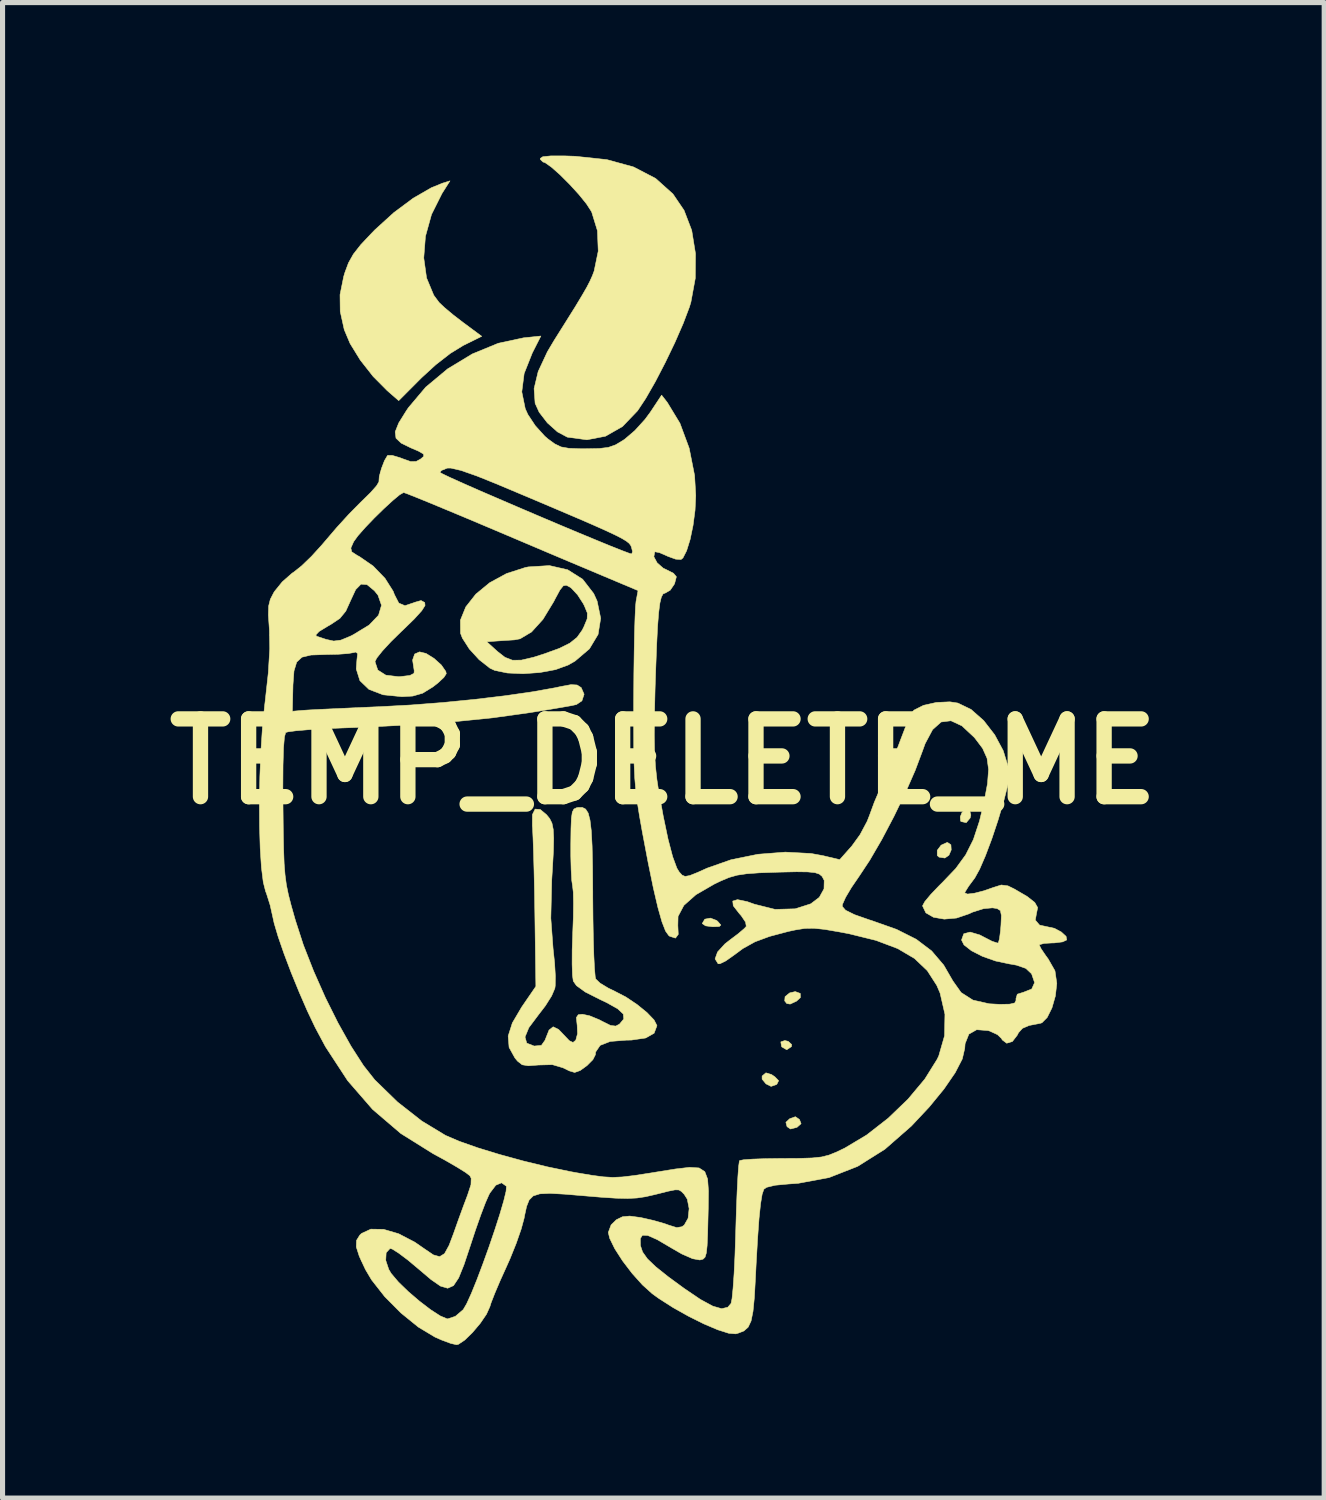
<source format=kicad_pcb>
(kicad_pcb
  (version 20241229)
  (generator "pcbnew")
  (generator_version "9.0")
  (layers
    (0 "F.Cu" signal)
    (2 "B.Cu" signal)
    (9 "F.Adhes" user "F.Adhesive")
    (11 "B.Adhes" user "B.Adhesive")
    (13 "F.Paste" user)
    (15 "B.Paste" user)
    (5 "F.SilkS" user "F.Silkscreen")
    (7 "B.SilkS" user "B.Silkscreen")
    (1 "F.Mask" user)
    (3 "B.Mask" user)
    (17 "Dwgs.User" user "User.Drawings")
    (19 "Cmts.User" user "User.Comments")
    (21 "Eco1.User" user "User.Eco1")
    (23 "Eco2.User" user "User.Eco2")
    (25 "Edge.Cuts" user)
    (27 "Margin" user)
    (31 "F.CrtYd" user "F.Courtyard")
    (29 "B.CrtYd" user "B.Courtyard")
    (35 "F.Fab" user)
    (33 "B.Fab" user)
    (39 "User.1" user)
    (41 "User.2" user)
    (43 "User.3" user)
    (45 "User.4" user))
  (footprint "TEMP_DELETE_ME"
    (layer "F.Cu")
    (at 9.95 11.872)
    (property "Reference" "TEMP_DELETE_ME" (at 0 0 0) (layer "F.SilkS") (effects (font (size 1.524 1.524) (thickness 0.3))))
    (attr through_hole)
    (fp_poly (pts (xy 2.446 5.484) (xy 2.514 5.547) (xy 2.509 5.588) (xy 2.417 5.649) (xy 2.323 5.595) (xy 2.315 5.584) (xy 2.301 5.495) (xy 2.379 5.468) (xy 2.446 5.484)) (stroke (width 0.01) (type solid)) (fill yes) (layer "F.SilkS"))
    (fp_poly (pts (xy 2.666 7.015) (xy 2.698 7.097) (xy 2.62 7.167) (xy 2.614 7.17) (xy 2.491 7.202) (xy 2.423 7.156) (xy 2.4 7.071) (xy 2.474 7.001) (xy 2.586 6.961) (xy 2.666 7.015)) (stroke (width 0.01) (type solid)) (fill yes) (layer "F.SilkS"))
    (fp_poly (pts (xy 2.682 4.545) (xy 2.685 4.626) (xy 2.609 4.696) (xy 2.484 4.754) (xy 2.417 4.743) (xy 2.377 4.692) (xy 2.384 4.608) (xy 2.474 4.535) (xy 2.584 4.509) (xy 2.682 4.545)) (stroke (width 0.01) (type solid)) (fill yes) (layer "F.SilkS"))
    (fp_poly (pts (xy 6 0.954) (xy 6.025 1.049) (xy 6.011 1.107) (xy 5.934 1.199) (xy 5.834 1.177) (xy 5.823 1.166) (xy 5.817 1.086) (xy 5.85 1.001) (xy 5.929 0.929) (xy 6 0.954)) (stroke (width 0.01) (type solid)) (fill yes) (layer "F.SilkS"))
    (fp_poly (pts (xy 1.043 3.115) (xy 1.066 3.135) (xy 1.126 3.205) (xy 1.094 3.234) (xy 0.966 3.239) (xy 0.827 3.221) (xy 0.762 3.177) (xy 0.762 3.173) (xy 0.811 3.09) (xy 0.922 3.069) (xy 1.043 3.115)) (stroke (width 0.01) (type solid)) (fill yes) (layer "F.SilkS"))
    (fp_poly (pts (xy 2.118 6.134) (xy 2.184 6.179) (xy 2.258 6.255) (xy 2.225 6.321) (xy 2.212 6.332) (xy 2.11 6.367) (xy 2.01 6.317) (xy 1.934 6.225) (xy 1.934 6.164) (xy 2.009 6.101) (xy 2.118 6.134)) (stroke (width 0.01) (type solid)) (fill yes) (layer "F.SilkS"))
    (fp_poly (pts (xy 5.634 1.632) (xy 5.64 1.733) (xy 5.595 1.837) (xy 5.515 1.892) (xy 5.401 1.874) (xy 5.366 1.842) (xy 5.366 1.741) (xy 5.442 1.64) (xy 5.556 1.588) (xy 5.568 1.587) (xy 5.634 1.632)) (stroke (width 0.01) (type solid)) (fill yes) (layer "F.SilkS"))
    (fp_poly (pts (xy -4.339 -11.13) (xy -4.544 -10.72) (xy -4.663 -10.291) (xy -4.696 -9.868) (xy -4.641 -9.475) (xy -4.5 -9.136) (xy -4.395 -8.994) (xy -4.289 -8.894) (xy -4.118 -8.751) (xy -3.923 -8.601) (xy -3.56 -8.332) (xy -3.923 -8.152) (xy -4.174 -7.998) (xy -4.462 -7.774) (xy -4.737 -7.522) (xy -5.187 -7.071) (xy -5.411 -7.266) (xy -5.688 -7.545) (xy -5.94 -7.866) (xy -6.14 -8.191) (xy -6.254 -8.461) (xy -6.333 -8.819) (xy -6.337 -9.147) (xy -6.265 -9.503) (xy -6.241 -9.583) (xy -6.171 -9.771) (xy -6.075 -9.942) (xy -5.93 -10.127) (xy -5.714 -10.356) (xy -5.654 -10.418) (xy -5.282 -10.756) (xy -4.903 -11.038) (xy -4.546 -11.244) (xy -4.33 -11.332) (xy -4.182 -11.378) (xy -4.339 -11.13)) (stroke (width 0.01) (type solid)) (fill yes) (layer "F.SilkS"))
    (fp_poly (pts (xy -1.73 -11.86) (xy -1.108 -11.794) (xy -0.584 -11.65) (xy -0.153 -11.426) (xy 0.187 -11.121) (xy 0.405 -10.8) (xy 0.555 -10.408) (xy 0.629 -9.951) (xy 0.625 -9.47) (xy 0.539 -9.002) (xy 0.51 -8.906) (xy 0.389 -8.586) (xy 0.226 -8.212) (xy 0.037 -7.819) (xy -0.159 -7.441) (xy -0.347 -7.113) (xy -0.506 -6.873) (xy -0.802 -6.564) (xy -1.135 -6.374) (xy -1.499 -6.304) (xy -1.883 -6.356) (xy -2.076 -6.459) (xy -2.274 -6.636) (xy -2.435 -6.845) (xy -2.514 -7.019) (xy -2.534 -7.307) (xy -2.454 -7.641) (xy -2.273 -8.03) (xy -2.141 -8.252) (xy -1.904 -8.629) (xy -1.725 -8.915) (xy -1.595 -9.131) (xy -1.502 -9.292) (xy -1.438 -9.416) (xy -1.391 -9.521) (xy -1.357 -9.612) (xy -1.277 -10.001) (xy -1.293 -10.402) (xy -1.405 -10.766) (xy -1.413 -10.781) (xy -1.508 -10.928) (xy -1.657 -11.112) (xy -1.838 -11.31) (xy -2.024 -11.496) (xy -2.192 -11.645) (xy -2.318 -11.734) (xy -2.36 -11.748) (xy -2.411 -11.797) (xy -2.413 -11.818) (xy -2.363 -11.851) (xy -2.207 -11.867) (xy -1.937 -11.867) (xy -1.73 -11.86)) (stroke (width 0.01) (type solid)) (fill yes) (layer "F.SilkS"))
    (fp_poly (pts (xy -1.876 -3.757) (xy -1.583 -3.572) (xy -1.366 -3.291) (xy -1.299 -3.144) (xy -1.229 -2.806) (xy -1.28 -2.49) (xy -1.45 -2.207) (xy -1.732 -1.967) (xy -1.865 -1.891) (xy -2.114 -1.8) (xy -2.423 -1.743) (xy -2.751 -1.72) (xy -3.058 -1.734) (xy -3.306 -1.785) (xy -3.4 -1.829) (xy -3.612 -1.996) (xy -3.803 -2.205) (xy -3.893 -2.346) (xy -3.461 -2.346) (xy -3.253 -2.157) (xy -3.106 -2.042) (xy -2.96 -1.985) (xy -2.785 -1.986) (xy -2.547 -2.042) (xy -2.346 -2.106) (xy -2.041 -2.216) (xy -1.833 -2.319) (xy -1.692 -2.432) (xy -1.591 -2.574) (xy -1.557 -2.642) (xy -1.494 -2.795) (xy -1.49 -2.908) (xy -1.548 -3.049) (xy -1.57 -3.093) (xy -1.682 -3.266) (xy -1.804 -3.397) (xy -1.825 -3.413) (xy -1.902 -3.454) (xy -1.962 -3.443) (xy -2.028 -3.36) (xy -2.122 -3.186) (xy -2.149 -3.133) (xy -2.361 -2.784) (xy -2.584 -2.538) (xy -2.809 -2.404) (xy -2.919 -2.383) (xy -3.127 -2.37) (xy -3.286 -2.359) (xy -3.461 -2.346) (xy -3.893 -2.346) (xy -3.938 -2.415) (xy -3.976 -2.513) (xy -3.978 -2.769) (xy -3.872 -3.03) (xy -3.675 -3.28) (xy -3.403 -3.504) (xy -3.074 -3.683) (xy -2.704 -3.802) (xy -2.647 -3.813) (xy -2.234 -3.839) (xy -1.876 -3.757)) (stroke (width 0.01) (type solid)) (fill yes) (layer "F.SilkS"))
    (fp_poly (pts (xy -1.524 0.933) (xy -1.474 1.011) (xy -1.438 1.15) (xy -1.413 1.36) (xy -1.397 1.657) (xy -1.388 2.052) (xy -1.384 2.558) (xy -1.384 2.654) (xy -1.38 3.083) (xy -1.373 3.474) (xy -1.363 3.806) (xy -1.35 4.061) (xy -1.336 4.22) (xy -1.327 4.261) (xy -1.242 4.343) (xy -1.08 4.441) (xy -0.952 4.503) (xy -0.734 4.616) (xy -0.515 4.763) (xy -0.322 4.92) (xy -0.183 5.065) (xy -0.127 5.174) (xy -0.127 5.178) (xy -0.182 5.325) (xy -0.347 5.418) (xy -0.626 5.459) (xy -0.73 5.461) (xy -1.042 5.486) (xy -1.24 5.563) (xy -1.328 5.693) (xy -1.333 5.747) (xy -1.382 5.843) (xy -1.497 5.959) (xy -1.631 6.056) (xy -1.739 6.094) (xy -1.843 6.063) (xy -1.968 6.002) (xy -2.175 5.941) (xy -2.45 5.948) (xy -2.648 5.963) (xy -2.768 5.943) (xy -2.858 5.872) (xy -2.91 5.809) (xy -3.024 5.603) (xy -3.042 5.38) (xy -2.96 5.123) (xy -2.777 4.812) (xy -2.774 4.808) (xy -2.499 4.407) (xy -2.519 2.981) (xy -2.526 2.549) (xy -2.535 2.141) (xy -2.545 1.782) (xy -2.555 1.495) (xy -2.564 1.303) (xy -2.568 1.26) (xy -2.567 1.041) (xy -2.514 0.933) (xy -2.414 0.94) (xy -2.291 1.042) (xy -2.228 1.12) (xy -2.184 1.208) (xy -2.159 1.33) (xy -2.15 1.504) (xy -2.155 1.752) (xy -2.174 2.095) (xy -2.188 2.318) (xy -2.206 3.071) (xy -2.162 3.666) (xy -2.132 3.949) (xy -2.117 4.206) (xy -2.12 4.395) (xy -2.127 4.445) (xy -2.19 4.593) (xy -2.313 4.788) (xy -2.452 4.969) (xy -2.637 5.216) (xy -2.712 5.399) (xy -2.678 5.519) (xy -2.536 5.575) (xy -2.53 5.576) (xy -2.391 5.563) (xy -2.32 5.463) (xy -2.315 5.449) (xy -2.241 5.263) (xy -2.16 5.199) (xy -2.054 5.251) (xy -1.961 5.348) (xy -1.843 5.472) (xy -1.771 5.506) (xy -1.718 5.462) (xy -1.717 5.461) (xy -1.683 5.335) (xy -1.69 5.163) (xy -1.691 5.159) (xy -1.706 5.018) (xy -1.668 4.962) (xy -1.587 4.953) (xy -1.444 4.984) (xy -1.259 5.06) (xy -1.202 5.09) (xy -1.037 5.172) (xy -0.934 5.185) (xy -0.86 5.146) (xy -0.777 5.046) (xy -0.786 4.949) (xy -0.897 4.845) (xy -1.118 4.722) (xy -1.239 4.665) (xy -1.53 4.518) (xy -1.704 4.392) (xy -1.766 4.303) (xy -1.782 4.186) (xy -1.789 3.972) (xy -1.788 3.692) (xy -1.777 3.375) (xy -1.777 3.365) (xy -1.765 3.05) (xy -1.762 2.772) (xy -1.766 2.561) (xy -1.779 2.447) (xy -1.779 2.445) (xy -1.796 2.331) (xy -1.808 2.123) (xy -1.815 1.852) (xy -1.815 1.619) (xy -1.811 1.314) (xy -1.803 1.112) (xy -1.785 0.992) (xy -1.753 0.931) (xy -1.703 0.907) (xy -1.671 0.901) (xy -1.589 0.9) (xy -1.524 0.933)) (stroke (width 0.01) (type solid)) (fill yes) (layer "F.SilkS"))
    (fp_poly (pts (xy -2.569 -8.006) (xy -2.729 -7.603) (xy -2.775 -7.243) (xy -2.707 -6.912) (xy -2.655 -6.798) (xy -2.51 -6.579) (xy -2.324 -6.374) (xy -2.264 -6.322) (xy -2.128 -6.223) (xy -2.005 -6.164) (xy -1.852 -6.137) (xy -1.627 -6.128) (xy -1.523 -6.128) (xy -1.26 -6.133) (xy -1.079 -6.155) (xy -0.937 -6.205) (xy -0.789 -6.294) (xy -0.752 -6.32) (xy -0.559 -6.485) (xy -0.362 -6.702) (xy -0.256 -6.845) (xy -0.035 -7.179) (xy 0.077 -7.035) (xy 0.324 -6.628) (xy 0.505 -6.14) (xy 0.611 -5.605) (xy 0.634 -5.211) (xy 0.62 -4.922) (xy 0.581 -4.626) (xy 0.524 -4.352) (xy 0.455 -4.13) (xy 0.383 -3.989) (xy 0.345 -3.958) (xy 0.239 -3.965) (xy 0.085 -4.021) (xy 0.063 -4.032) (xy -0.078 -4.093) (xy -0.164 -4.109) (xy -0.17 -4.105) (xy -0.187 -4.012) (xy -0.123 -3.893) (xy -0.005 -3.789) (xy 0.066 -3.755) (xy 0.197 -3.689) (xy 0.254 -3.621) (xy 0.254 -3.619) (xy 0.218 -3.481) (xy 0.134 -3.357) (xy 0.039 -3.302) (xy 0.037 -3.302) (xy -0.006 -3.284) (xy -0.04 -3.222) (xy -0.069 -3.104) (xy -0.093 -2.916) (xy -0.114 -2.647) (xy -0.132 -2.285) (xy -0.15 -1.816) (xy -0.163 -1.429) (xy -0.175 -0.92) (xy -0.179 -0.513) (xy -0.173 -0.181) (xy -0.155 0.1) (xy -0.127 0.356) (xy -0.104 0.508) (xy -0.004 1.068) (xy 0.091 1.522) (xy 0.181 1.865) (xy 0.264 2.09) (xy 0.309 2.164) (xy 0.366 2.227) (xy 0.425 2.252) (xy 0.518 2.235) (xy 0.673 2.173) (xy 0.857 2.09) (xy 1.327 1.925) (xy 1.853 1.818) (xy 2.39 1.776) (xy 2.894 1.803) (xy 3.129 1.846) (xy 3.455 1.924) (xy 3.692 1.657) (xy 3.854 1.433) (xy 3.993 1.172) (xy 4.037 1.06) (xy 4.134 0.796) (xy 4.252 0.521) (xy 4.297 0.428) (xy 4.391 0.222) (xy 4.505 -0.052) (xy 4.617 -0.343) (xy 4.642 -0.41) (xy 4.736 -0.656) (xy 4.824 -0.857) (xy 4.891 -0.983) (xy 4.91 -1.006) (xy 5.096 -1.1) (xy 5.349 -1.157) (xy 5.613 -1.169) (xy 5.77 -1.145) (xy 6.029 -1.02) (xy 6.276 -0.802) (xy 6.492 -0.523) (xy 6.659 -0.212) (xy 6.756 0.101) (xy 6.766 0.384) (xy 6.759 0.423) (xy 6.668 0.78) (xy 6.556 1.155) (xy 6.434 1.52) (xy 6.31 1.849) (xy 6.196 2.112) (xy 6.101 2.284) (xy 6.09 2.298) (xy 5.981 2.445) (xy 5.915 2.551) (xy 5.905 2.575) (xy 5.959 2.598) (xy 6.097 2.581) (xy 6.283 2.533) (xy 6.462 2.47) (xy 6.621 2.42) (xy 6.751 2.437) (xy 6.874 2.497) (xy 7.128 2.645) (xy 7.277 2.762) (xy 7.334 2.863) (xy 7.314 2.963) (xy 7.313 2.965) (xy 7.288 3.108) (xy 7.371 3.206) (xy 7.523 3.239) (xy 7.662 3.269) (xy 7.797 3.341) (xy 7.891 3.427) (xy 7.903 3.497) (xy 7.822 3.535) (xy 7.665 3.555) (xy 7.616 3.556) (xy 7.459 3.565) (xy 7.372 3.589) (xy 7.366 3.598) (xy 7.401 3.669) (xy 7.49 3.801) (xy 7.539 3.867) (xy 7.673 4.102) (xy 7.709 4.349) (xy 7.681 4.595) (xy 7.614 4.829) (xy 7.521 5.016) (xy 7.418 5.12) (xy 7.388 5.13) (xy 7.167 5.173) (xy 7.036 5.229) (xy 6.958 5.316) (xy 6.934 5.364) (xy 6.838 5.488) (xy 6.727 5.521) (xy 6.639 5.455) (xy 6.627 5.43) (xy 6.547 5.353) (xy 6.395 5.283) (xy 6.363 5.273) (xy 6.139 5.256) (xy 5.986 5.343) (xy 5.912 5.529) (xy 5.905 5.622) (xy 5.857 5.829) (xy 5.718 6.098) (xy 5.499 6.417) (xy 5.21 6.77) (xy 4.86 7.143) (xy 4.858 7.145) (xy 4.339 7.599) (xy 3.806 7.934) (xy 3.245 8.154) (xy 2.642 8.266) (xy 2.444 8.28) (xy 2.189 8.304) (xy 2.021 8.345) (xy 1.969 8.382) (xy 1.935 8.48) (xy 1.904 8.668) (xy 1.874 8.955) (xy 1.846 9.347) (xy 1.817 9.855) (xy 1.804 10.116) (xy 1.783 10.499) (xy 1.756 10.775) (xy 1.718 10.964) (xy 1.661 11.085) (xy 1.578 11.159) (xy 1.462 11.204) (xy 1.417 11.216) (xy 1.281 11.205) (xy 1.064 11.136) (xy 0.793 11.021) (xy 0.494 10.872) (xy 0.191 10.702) (xy -0.089 10.523) (xy -0.218 10.43) (xy -0.411 10.256) (xy -0.612 10.032) (xy -0.8 9.786) (xy -0.954 9.546) (xy -1.053 9.343) (xy -1.08 9.229) (xy -1.025 9.081) (xy -0.922 8.98) (xy -0.801 8.921) (xy -0.66 8.908) (xy -0.451 8.936) (xy -0.43 8.94) (xy -0.193 8.994) (xy 0.026 9.057) (xy 0.106 9.086) (xy 0.261 9.134) (xy 0.362 9.117) (xy 0.408 9.085) (xy 0.484 8.951) (xy 0.504 8.762) (xy 0.468 8.577) (xy 0.408 8.482) (xy 0.352 8.425) (xy 0.302 8.396) (xy 0.229 8.394) (xy 0.099 8.42) (xy -0.116 8.474) (xy -0.173 8.488) (xy -0.352 8.529) (xy -0.519 8.554) (xy -0.701 8.563) (xy -0.928 8.558) (xy -1.23 8.538) (xy -1.541 8.512) (xy -1.935 8.479) (xy -2.222 8.463) (xy -2.421 8.472) (xy -2.551 8.513) (xy -2.631 8.593) (xy -2.681 8.719) (xy -2.72 8.898) (xy -2.73 8.953) (xy -2.787 9.163) (xy -2.884 9.442) (xy -3.006 9.745) (xy -3.077 9.904) (xy -3.2 10.176) (xy -3.304 10.421) (xy -3.377 10.608) (xy -3.4 10.682) (xy -3.467 10.831) (xy -3.59 11.011) (xy -3.741 11.19) (xy -3.893 11.338) (xy -4.017 11.421) (xy -4.054 11.429) (xy -4.168 11.403) (xy -4.348 11.336) (xy -4.477 11.279) (xy -4.803 11.083) (xy -5.143 10.807) (xy -5.461 10.487) (xy -5.719 10.158) (xy -5.838 9.957) (xy -5.923 9.776) (xy -5.441 9.776) (xy -5.382 9.953) (xy -5.335 10.032) (xy -5.193 10.2) (xy -4.998 10.389) (xy -4.778 10.577) (xy -4.561 10.743) (xy -4.372 10.865) (xy -4.24 10.921) (xy -4.225 10.922) (xy -4.076 10.872) (xy -3.926 10.744) (xy -3.922 10.74) (xy -3.856 10.627) (xy -3.764 10.425) (xy -3.655 10.156) (xy -3.537 9.843) (xy -3.417 9.51) (xy -3.304 9.178) (xy -3.205 8.871) (xy -3.129 8.611) (xy -3.083 8.422) (xy -3.076 8.325) (xy -3.078 8.322) (xy -3.171 8.256) (xy -3.284 8.303) (xy -3.401 8.457) (xy -3.42 8.493) (xy -3.488 8.648) (xy -3.58 8.89) (xy -3.684 9.186) (xy -3.782 9.484) (xy -3.907 9.859) (xy -4.012 10.119) (xy -4.113 10.271) (xy -4.227 10.322) (xy -4.369 10.28) (xy -4.555 10.151) (xy -4.799 9.944) (xy -5.009 9.768) (xy -5.189 9.633) (xy -5.314 9.554) (xy -5.357 9.543) (xy -5.433 9.626) (xy -5.441 9.776) (xy -5.923 9.776) (xy -5.96 9.695) (xy -6.018 9.513) (xy -6.014 9.385) (xy -5.951 9.283) (xy -5.916 9.249) (xy -5.733 9.164) (xy -5.483 9.168) (xy -5.189 9.254) (xy -4.872 9.419) (xy -4.677 9.554) (xy -4.507 9.669) (xy -4.385 9.703) (xy -4.289 9.644) (xy -4.2 9.482) (xy -4.114 9.255) (xy -4.017 8.981) (xy -3.917 8.707) (xy -3.838 8.498) (xy -3.771 8.293) (xy -3.767 8.167) (xy -3.793 8.117) (xy -3.875 8.054) (xy -4.044 7.949) (xy -4.275 7.815) (xy -4.517 7.683) (xy -5.146 7.29) (xy -5.698 6.818) (xy -6.187 6.255) (xy -6.622 5.589) (xy -6.824 5.211) (xy -6.977 4.889) (xy -7.137 4.521) (xy -7.294 4.137) (xy -7.435 3.764) (xy -7.55 3.431) (xy -7.628 3.168) (xy -7.653 3.054) (xy -7.706 2.816) (xy -7.779 2.585) (xy -7.795 2.546) (xy -7.841 2.365) (xy -7.877 2.077) (xy -7.901 1.706) (xy -7.914 1.272) (xy -7.917 0.796) (xy -7.912 0.528) (xy -7.457 0.528) (xy -7.454 0.903) (xy -7.449 1.363) (xy -7.442 1.72) (xy -7.432 1.999) (xy -7.414 2.223) (xy -7.388 2.418) (xy -7.349 2.608) (xy -7.296 2.815) (xy -7.225 3.066) (xy -7.212 3.111) (xy -7.056 3.593) (xy -6.855 4.106) (xy -6.625 4.625) (xy -6.376 5.124) (xy -6.122 5.578) (xy -5.877 5.959) (xy -5.656 6.239) (xy -5.21 6.673) (xy -4.734 7.046) (xy -4.27 7.327) (xy -4.002 7.442) (xy -3.639 7.57) (xy -3.21 7.701) (xy -2.743 7.829) (xy -2.269 7.944) (xy -1.817 8.038) (xy -1.683 8.062) (xy -1.397 8.11) (xy -1.179 8.139) (xy -0.993 8.15) (xy -0.802 8.141) (xy -0.569 8.113) (xy -0.258 8.065) (xy -0.148 8.047) (xy 0.237 7.985) (xy 0.513 7.953) (xy 0.699 7.965) (xy 0.811 8.037) (xy 0.866 8.182) (xy 0.883 8.417) (xy 0.879 8.755) (xy 0.875 8.915) (xy 0.867 9.253) (xy 0.857 9.485) (xy 0.841 9.632) (xy 0.816 9.714) (xy 0.777 9.752) (xy 0.72 9.767) (xy 0.711 9.768) (xy 0.572 9.743) (xy 0.36 9.65) (xy 0.152 9.53) (xy -0.12 9.37) (xy -0.304 9.289) (xy -0.411 9.283) (xy -0.452 9.348) (xy -0.452 9.35) (xy -0.45 9.486) (xy -0.408 9.612) (xy -0.313 9.746) (xy -0.15 9.902) (xy 0.093 10.096) (xy 0.407 10.326) (xy 0.726 10.542) (xy 0.968 10.673) (xy 1.142 10.723) (xy 1.262 10.694) (xy 1.326 10.619) (xy 1.345 10.524) (xy 1.365 10.322) (xy 1.385 10.036) (xy 1.402 9.684) (xy 1.415 9.289) (xy 1.418 9.185) (xy 1.43 8.788) (xy 1.444 8.434) (xy 1.459 8.143) (xy 1.474 7.935) (xy 1.489 7.83) (xy 1.493 7.821) (xy 1.569 7.805) (xy 1.746 7.792) (xy 2 7.783) (xy 2.304 7.779) (xy 2.34 7.779) (xy 2.677 7.777) (xy 2.918 7.769) (xy 3.097 7.75) (xy 3.245 7.713) (xy 3.393 7.653) (xy 3.557 7.574) (xy 3.983 7.319) (xy 4.404 6.991) (xy 4.793 6.617) (xy 5.122 6.224) (xy 5.363 5.838) (xy 5.396 5.769) (xy 5.509 5.376) (xy 5.517 4.953) (xy 5.422 4.539) (xy 5.357 4.388) (xy 5.171 4.099) (xy 4.92 3.86) (xy 4.59 3.666) (xy 4.166 3.506) (xy 3.635 3.375) (xy 3.449 3.34) (xy 3.158 3.29) (xy 2.947 3.268) (xy 2.771 3.271) (xy 2.585 3.301) (xy 2.449 3.33) (xy 2.08 3.428) (xy 1.796 3.533) (xy 1.558 3.665) (xy 1.374 3.801) (xy 1.222 3.908) (xy 1.107 3.964) (xy 1.072 3.964) (xy 1.013 3.868) (xy 1.061 3.733) (xy 1.205 3.575) (xy 1.299 3.501) (xy 1.465 3.376) (xy 1.586 3.273) (xy 1.624 3.231) (xy 1.61 3.148) (xy 1.525 3.022) (xy 1.487 2.979) (xy 1.369 2.827) (xy 1.359 2.735) (xy 1.452 2.707) (xy 1.641 2.746) (xy 1.784 2.797) (xy 2.188 2.898) (xy 2.582 2.887) (xy 2.733 2.839) (xy 3.504 2.839) (xy 3.57 2.915) (xy 3.746 3.002) (xy 4.04 3.105) (xy 4.077 3.116) (xy 4.569 3.29) (xy 4.955 3.484) (xy 5.256 3.712) (xy 5.493 3.99) (xy 5.671 4.298) (xy 5.834 4.528) (xy 6.066 4.676) (xy 6.385 4.748) (xy 6.591 4.759) (xy 6.787 4.755) (xy 6.885 4.732) (xy 6.911 4.679) (xy 6.908 4.651) (xy 6.935 4.56) (xy 7.059 4.521) (xy 7.218 4.458) (xy 7.274 4.333) (xy 7.216 4.164) (xy 7.211 4.157) (xy 7.103 4.055) (xy 6.919 3.991) (xy 6.781 3.967) (xy 6.511 3.91) (xy 6.253 3.819) (xy 6.037 3.709) (xy 5.89 3.594) (xy 5.842 3.498) (xy 5.886 3.376) (xy 6.01 3.343) (xy 6.2 3.399) (xy 6.286 3.444) (xy 6.44 3.523) (xy 6.544 3.557) (xy 6.563 3.554) (xy 6.585 3.478) (xy 6.606 3.318) (xy 6.615 3.206) (xy 6.623 3.018) (xy 6.604 2.922) (xy 6.54 2.882) (xy 6.449 2.868) (xy 6.275 2.884) (xy 6.061 2.951) (xy 5.983 2.987) (xy 5.744 3.068) (xy 5.504 3.089) (xy 5.294 3.053) (xy 5.143 2.966) (xy 5.08 2.834) (xy 5.08 2.824) (xy 5.123 2.745) (xy 5.239 2.606) (xy 5.404 2.433) (xy 5.467 2.371) (xy 5.728 2.098) (xy 5.924 1.829) (xy 6.074 1.53) (xy 6.194 1.167) (xy 6.282 0.801) (xy 6.351 0.434) (xy 6.372 0.156) (xy 6.342 -0.064) (xy 6.255 -0.258) (xy 6.106 -0.455) (xy 6.09 -0.474) (xy 5.85 -0.698) (xy 5.635 -0.798) (xy 5.443 -0.774) (xy 5.275 -0.624) (xy 5.129 -0.35) (xy 5.078 -0.209) (xy 4.935 0.172) (xy 4.742 0.613) (xy 4.517 1.078) (xy 4.279 1.53) (xy 4.044 1.934) (xy 3.837 2.247) (xy 3.685 2.469) (xy 3.57 2.663) (xy 3.509 2.799) (xy 3.504 2.839) (xy 2.733 2.839) (xy 2.888 2.789) (xy 3.055 2.662) (xy 3.147 2.496) (xy 3.151 2.33) (xy 3.109 2.251) (xy 3.056 2.207) (xy 2.97 2.178) (xy 2.829 2.164) (xy 2.611 2.161) (xy 2.292 2.168) (xy 2.219 2.17) (xy 1.878 2.182) (xy 1.631 2.2) (xy 1.444 2.228) (xy 1.286 2.273) (xy 1.122 2.342) (xy 0.999 2.401) (xy 0.638 2.61) (xy 0.401 2.82) (xy 0.287 3.035) (xy 0.283 3.213) (xy 0.291 3.388) (xy 0.237 3.461) (xy 0.124 3.425) (xy 0.105 3.411) (xy 0.042 3.323) (xy -0.028 3.143) (xy -0.107 2.864) (xy -0.197 2.479) (xy -0.299 1.982) (xy -0.415 1.371) (xy -0.468 1.072) (xy -0.509 0.815) (xy -0.54 0.576) (xy -0.561 0.331) (xy -0.574 0.057) (xy -0.581 -0.271) (xy -0.583 -0.675) (xy -0.583 -1.179) (xy -0.582 -1.252) (xy -0.579 -1.713) (xy -0.573 -2.141) (xy -0.566 -2.518) (xy -0.556 -2.823) (xy -0.546 -3.039) (xy -0.536 -3.139) (xy -0.497 -3.349) (xy -1.217 -3.652) (xy -1.48 -3.763) (xy -1.835 -3.912) (xy -2.254 -4.089) (xy -2.711 -4.283) (xy -3.18 -4.482) (xy -3.49 -4.613) (xy -3.905 -4.788) (xy -4.282 -4.945) (xy -4.605 -5.079) (xy -4.858 -5.182) (xy -5.025 -5.248) (xy -5.091 -5.271) (xy -5.168 -5.227) (xy -5.305 -5.113) (xy -5.48 -4.952) (xy -5.668 -4.768) (xy -5.845 -4.583) (xy -5.986 -4.423) (xy -6.068 -4.31) (xy -6.071 -4.305) (xy -6.125 -4.183) (xy -6.108 -4.109) (xy -6 -4.038) (xy -5.956 -4.015) (xy -5.688 -3.83) (xy -5.456 -3.59) (xy -5.296 -3.337) (xy -5.271 -3.271) (xy -5.185 -3.104) (xy -5.065 -3.053) (xy -4.889 -3.112) (xy -4.879 -3.117) (xy -4.749 -3.154) (xy -4.677 -3.115) (xy -4.671 -3.057) (xy -4.736 -2.954) (xy -4.881 -2.794) (xy -5.115 -2.566) (xy -5.129 -2.554) (xy -5.339 -2.348) (xy -5.508 -2.165) (xy -5.619 -2.025) (xy -5.652 -1.957) (xy -5.597 -1.792) (xy -5.44 -1.692) (xy -5.194 -1.662) (xy -5.152 -1.664) (xy -4.967 -1.686) (xy -4.887 -1.728) (xy -4.883 -1.778) (xy -4.915 -1.988) (xy -4.874 -2.106) (xy -4.778 -2.148) (xy -4.651 -2.117) (xy -4.495 -2.02) (xy -4.352 -1.891) (xy -4.264 -1.764) (xy -4.255 -1.72) (xy -4.302 -1.647) (xy -4.424 -1.534) (xy -4.518 -1.461) (xy -4.718 -1.338) (xy -4.911 -1.282) (xy -5.123 -1.27) (xy -5.493 -1.307) (xy -5.77 -1.413) (xy -5.947 -1.583) (xy -6.019 -1.813) (xy -6.006 -1.991) (xy -5.992 -2.115) (xy -6.032 -2.145) (xy -6.07 -2.134) (xy -6.18 -2.115) (xy -6.376 -2.101) (xy -6.618 -2.096) (xy -6.639 -2.095) (xy -6.906 -2.086) (xy -7.082 -2.044) (xy -7.186 -1.948) (xy -7.239 -1.774) (xy -7.259 -1.502) (xy -7.261 -1.405) (xy -7.271 -0.984) (xy -7.08 -1.001) (xy -6.961 -1.009) (xy -6.736 -1.021) (xy -6.429 -1.035) (xy -6.062 -1.052) (xy -5.657 -1.07) (xy -5.556 -1.074) (xy -4.948 -1.107) (xy -4.316 -1.156) (xy -3.689 -1.218) (xy -3.095 -1.289) (xy -2.563 -1.366) (xy -2.121 -1.445) (xy -2.01 -1.469) (xy -1.811 -1.506) (xy -1.692 -1.499) (xy -1.611 -1.448) (xy -1.554 -1.318) (xy -1.597 -1.188) (xy -1.704 -1.116) (xy -1.804 -1.094) (xy -2.002 -1.059) (xy -2.273 -1.013) (xy -2.589 -0.962) (xy -2.667 -0.95) (xy -3.353 -0.855) (xy -4.104 -0.779) (xy -4.937 -0.718) (xy -5.871 -0.672) (xy -6.287 -0.657) (xy -6.641 -0.642) (xy -6.953 -0.623) (xy -7.199 -0.602) (xy -7.357 -0.581) (xy -7.402 -0.567) (xy -7.426 -0.481) (xy -7.444 -0.269) (xy -7.454 0.068) (xy -7.457 0.528) (xy -7.912 0.528) (xy -7.908 0.3) (xy -7.888 -0.195) (xy -7.857 -0.668) (xy -7.814 -1.098) (xy -7.805 -1.17) (xy -7.742 -1.742) (xy -7.714 -2.208) (xy -7.719 -2.478) (xy -6.813 -2.478) (xy -6.794 -2.454) (xy -6.644 -2.404) (xy -6.604 -2.391) (xy -6.461 -2.36) (xy -6.321 -2.378) (xy -6.135 -2.455) (xy -6.078 -2.484) (xy -5.767 -2.673) (xy -5.582 -2.866) (xy -5.524 -3.061) (xy -5.593 -3.259) (xy -5.663 -3.346) (xy -5.808 -3.466) (xy -5.926 -3.475) (xy -6.03 -3.369) (xy -6.128 -3.158) (xy -6.224 -2.946) (xy -6.34 -2.804) (xy -6.521 -2.683) (xy -6.571 -2.655) (xy -6.747 -2.548) (xy -6.813 -2.478) (xy -7.719 -2.478) (xy -7.721 -2.581) (xy -7.723 -2.609) (xy -7.741 -2.87) (xy -7.736 -3.046) (xy -7.703 -3.178) (xy -7.636 -3.308) (xy -7.621 -3.332) (xy -7.469 -3.52) (xy -7.277 -3.689) (xy -7.238 -3.715) (xy -7.089 -3.834) (xy -6.896 -4.02) (xy -6.694 -4.242) (xy -6.619 -4.33) (xy -6.401 -4.585) (xy -6.162 -4.847) (xy -5.944 -5.068) (xy -5.899 -5.112) (xy -5.735 -5.273) (xy -5.62 -5.404) (xy -5.575 -5.48) (xy -5.575 -5.484) (xy -5.568 -5.586) (xy -5.546 -5.666) (xy -4.381 -5.666) (xy -4.325 -5.634) (xy -4.169 -5.56) (xy -3.929 -5.452) (xy -3.623 -5.317) (xy -3.266 -5.163) (xy -2.878 -4.996) (xy -2.473 -4.823) (xy -2.07 -4.652) (xy -1.684 -4.49) (xy -1.334 -4.345) (xy -1.035 -4.222) (xy -0.805 -4.131) (xy -0.661 -4.077) (xy -0.621 -4.066) (xy -0.605 -4.114) (xy -0.627 -4.203) (xy -0.644 -4.24) (xy -0.674 -4.277) (xy -0.727 -4.319) (xy -0.813 -4.371) (xy -0.944 -4.438) (xy -1.129 -4.525) (xy -1.378 -4.636) (xy -1.704 -4.777) (xy -2.115 -4.952) (xy -2.622 -5.167) (xy -3.236 -5.425) (xy -3.236 -5.426) (xy -3.654 -5.594) (xy -3.965 -5.703) (xy -4.167 -5.75) (xy -4.236 -5.749) (xy -4.348 -5.704) (xy -4.381 -5.666) (xy -5.546 -5.666) (xy -5.525 -5.742) (xy -5.465 -5.897) (xy -5.408 -5.993) (xy -5.4 -5.999) (xy -5.313 -5.998) (xy -5.162 -5.953) (xy -5.116 -5.935) (xy -4.952 -5.877) (xy -4.844 -5.88) (xy -4.759 -5.926) (xy -4.695 -5.98) (xy -4.702 -6.025) (xy -4.796 -6.08) (xy -4.952 -6.147) (xy -5.139 -6.239) (xy -5.24 -6.335) (xy -5.256 -6.459) (xy -5.187 -6.633) (xy -5.035 -6.877) (xy -4.997 -6.933) (xy -4.657 -7.336) (xy -4.229 -7.693) (xy -3.745 -7.986) (xy -3.235 -8.196) (xy -2.74 -8.302) (xy -2.401 -8.337) (xy -2.569 -8.006)) (stroke (width 0.01) (type solid)) (fill yes) (layer "F.SilkS")))
  (gr_rect
    (start -3 -3)
    (end 22.899 26.307)
    (stroke (width 0.1) (type default))
    (fill no)
    (layer "Edge.Cuts")))
</source>
